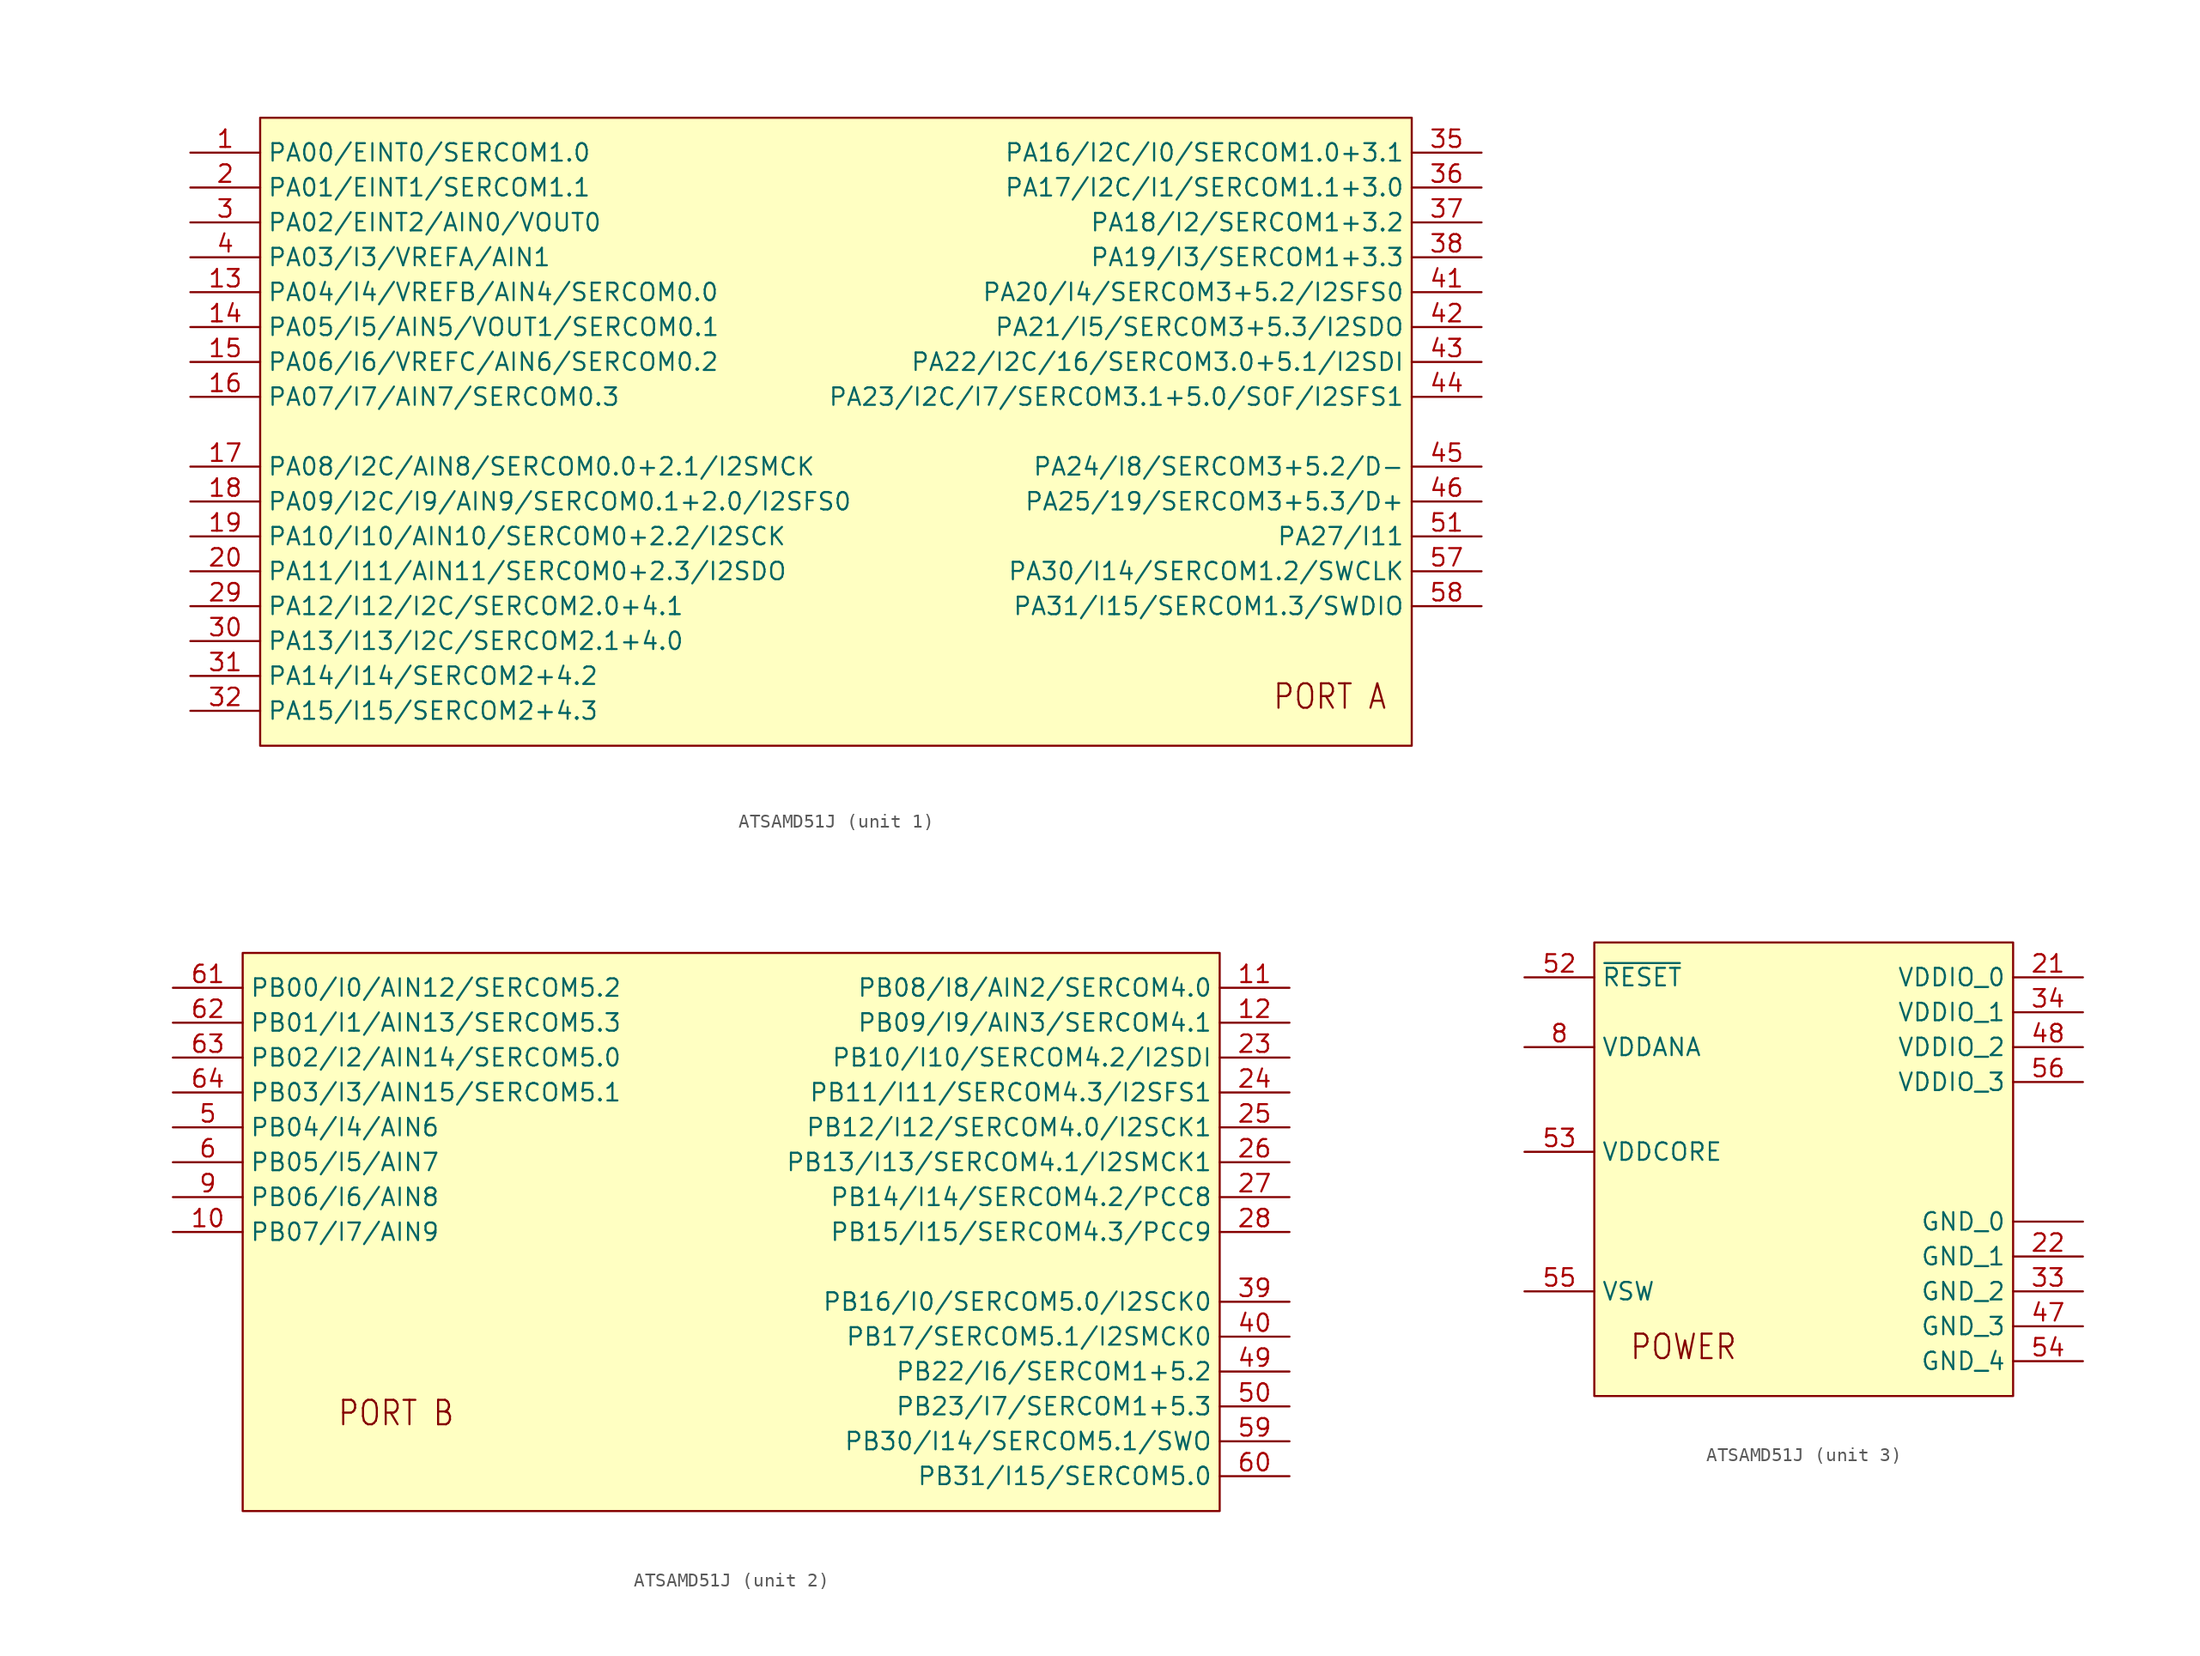
<source format=kicad_sym>
(kicad_symbol_lib
  (version 20231120)
  (generator "kicad_symbol_editor")
  (generator_version "8.0")
  (symbol "ATSAMD51J"
    (property "Reference" "U$1"
      (at -33.02 0 0)
      (effects (font (size 1.27 1.27)) (hide yes)))
    (property "ki_locked" ""
      (at 0 0 0)
      (effects (font (size 1.27 1.27))))
    (symbol "ATSAMD51J_1_0"
      (text "PORT A" (at 48.26 -22.86 0) (effects (font (size 1.778 1.511)) (justify left bottom)))
      (pin bidirectional line (at -30.48 17.78 0) (length 5.08) (name "PA00/EINT0/SERCOM1.0" (effects (font (size 1.27 1.27)))) (number "1" (effects (font (size 1.27 1.27)))))
      (pin bidirectional line (at -30.48 7.62 0) (length 5.08) (name "PA04/I4/VREFB/AIN4/SERCOM0.0" (effects (font (size 1.27 1.27)))) (number "13" (effects (font (size 1.27 1.27)))))
      (pin bidirectional line (at -30.48 5.08 0) (length 5.08) (name "PA05/I5/AIN5/VOUT1/SERCOM0.1" (effects (font (size 1.27 1.27)))) (number "14" (effects (font (size 1.27 1.27)))))
      (pin bidirectional line (at -30.48 2.54 0) (length 5.08) (name "PA06/I6/VREFC/AIN6/SERCOM0.2" (effects (font (size 1.27 1.27)))) (number "15" (effects (font (size 1.27 1.27)))))
      (pin bidirectional line (at -30.48 0 0) (length 5.08) (name "PA07/I7/AIN7/SERCOM0.3" (effects (font (size 1.27 1.27)))) (number "16" (effects (font (size 1.27 1.27)))))
      (pin bidirectional line (at -30.48 -5.08 0) (length 5.08) (name "PA08/I2C/AIN8/SERCOM0.0+2.1/I2SMCK" (effects (font (size 1.27 1.27)))) (number "17" (effects (font (size 1.27 1.27)))))
      (pin bidirectional line (at -30.48 -7.62 0) (length 5.08) (name "PA09/I2C/I9/AIN9/SERCOM0.1+2.0/I2SFS0" (effects (font (size 1.27 1.27)))) (number "18" (effects (font (size 1.27 1.27)))))
      (pin bidirectional line (at -30.48 -10.16 0) (length 5.08) (name "PA10/I10/AIN10/SERCOM0+2.2/I2SCK" (effects (font (size 1.27 1.27)))) (number "19" (effects (font (size 1.27 1.27)))))
      (pin bidirectional line (at -30.48 15.24 0) (length 5.08) (name "PA01/EINT1/SERCOM1.1" (effects (font (size 1.27 1.27)))) (number "2" (effects (font (size 1.27 1.27)))))
      (pin bidirectional line (at -30.48 -12.7 0) (length 5.08) (name "PA11/I11/AIN11/SERCOM0+2.3/I2SDO" (effects (font (size 1.27 1.27)))) (number "20" (effects (font (size 1.27 1.27)))))
      (pin bidirectional line (at -30.48 -15.24 0) (length 5.08) (name "PA12/I12/I2C/SERCOM2.0+4.1" (effects (font (size 1.27 1.27)))) (number "29" (effects (font (size 1.27 1.27)))))
      (pin bidirectional line (at -30.48 12.7 0) (length 5.08) (name "PA02/EINT2/AIN0/VOUT0" (effects (font (size 1.27 1.27)))) (number "3" (effects (font (size 1.27 1.27)))))
      (pin bidirectional line (at -30.48 -17.78 0) (length 5.08) (name "PA13/I13/I2C/SERCOM2.1+4.0" (effects (font (size 1.27 1.27)))) (number "30" (effects (font (size 1.27 1.27)))))
      (pin bidirectional line (at -30.48 -20.32 0) (length 5.08) (name "PA14/I14/SERCOM2+4.2" (effects (font (size 1.27 1.27)))) (number "31" (effects (font (size 1.27 1.27)))))
      (pin bidirectional line (at -30.48 -22.86 0) (length 5.08) (name "PA15/I15/SERCOM2+4.3" (effects (font (size 1.27 1.27)))) (number "32" (effects (font (size 1.27 1.27)))))
      (pin bidirectional line (at 63.5 17.78 180) (length 5.08) (name "PA16/I2C/I0/SERCOM1.0+3.1" (effects (font (size 1.27 1.27)))) (number "35" (effects (font (size 1.27 1.27)))))
      (pin bidirectional line (at 63.5 15.24 180) (length 5.08) (name "PA17/I2C/I1/SERCOM1.1+3.0" (effects (font (size 1.27 1.27)))) (number "36" (effects (font (size 1.27 1.27)))))
      (pin bidirectional line (at 63.5 12.7 180) (length 5.08) (name "PA18/I2/SERCOM1+3.2" (effects (font (size 1.27 1.27)))) (number "37" (effects (font (size 1.27 1.27)))))
      (pin bidirectional line (at 63.5 10.16 180) (length 5.08) (name "PA19/I3/SERCOM1+3.3" (effects (font (size 1.27 1.27)))) (number "38" (effects (font (size 1.27 1.27)))))
      (pin bidirectional line (at -30.48 10.16 0) (length 5.08) (name "PA03/I3/VREFA/AIN1" (effects (font (size 1.27 1.27)))) (number "4" (effects (font (size 1.27 1.27)))))
      (pin bidirectional line (at 63.5 7.62 180) (length 5.08) (name "PA20/I4/SERCOM3+5.2/I2SFS0" (effects (font (size 1.27 1.27)))) (number "41" (effects (font (size 1.27 1.27)))))
      (pin bidirectional line (at 63.5 5.08 180) (length 5.08) (name "PA21/I5/SERCOM3+5.3/I2SDO" (effects (font (size 1.27 1.27)))) (number "42" (effects (font (size 1.27 1.27)))))
      (pin bidirectional line (at 63.5 2.54 180) (length 5.08) (name "PA22/I2C/16/SERCOM3.0+5.1/I2SDI" (effects (font (size 1.27 1.27)))) (number "43" (effects (font (size 1.27 1.27)))))
      (pin bidirectional line (at 63.5 0 180) (length 5.08) (name "PA23/I2C/I7/SERCOM3.1+5.0/SOF/I2SFS1" (effects (font (size 1.27 1.27)))) (number "44" (effects (font (size 1.27 1.27)))))
      (pin bidirectional line (at 63.5 -5.08 180) (length 5.08) (name "PA24/I8/SERCOM3+5.2/D-" (effects (font (size 1.27 1.27)))) (number "45" (effects (font (size 1.27 1.27)))))
      (pin bidirectional line (at 63.5 -7.62 180) (length 5.08) (name "PA25/19/SERCOM3+5.3/D+" (effects (font (size 1.27 1.27)))) (number "46" (effects (font (size 1.27 1.27)))))
      (pin bidirectional line (at 63.5 -10.16 180) (length 5.08) (name "PA27/I11" (effects (font (size 1.27 1.27)))) (number "51" (effects (font (size 1.27 1.27)))))
      (pin bidirectional line (at 63.5 -12.7 180) (length 5.08) (name "PA30/I14/SERCOM1.2/SWCLK" (effects (font (size 1.27 1.27)))) (number "57" (effects (font (size 1.27 1.27)))))
      (pin bidirectional line (at 63.5 -15.24 180) (length 5.08) (name "PA31/I15/SERCOM1.3/SWDIO" (effects (font (size 1.27 1.27)))) (number "58" (effects (font (size 1.27 1.27))))))
    (symbol "ATSAMD51J_1_1"
      (rectangle (start -25.4 20.32) (end 58.42 -25.4) (stroke (width 0) (type default)) (fill (type background))))
    (symbol "ATSAMD51J_2_0"
      (text "PORT B" (at -31.242 -19.304 0) (effects (font (size 1.778 1.511)) (justify left bottom)))
      (pin bidirectional line (at -43.18 -5.08 0) (length 5.08) (name "PB07/I7/AIN9" (effects (font (size 1.27 1.27)))) (number "10" (effects (font (size 1.27 1.27)))))
      (pin bidirectional line (at 38.1 12.7 180) (length 5.08) (name "PB08/I8/AIN2/SERCOM4.0" (effects (font (size 1.27 1.27)))) (number "11" (effects (font (size 1.27 1.27)))))
      (pin bidirectional line (at 38.1 10.16 180) (length 5.08) (name "PB09/I9/AIN3/SERCOM4.1" (effects (font (size 1.27 1.27)))) (number "12" (effects (font (size 1.27 1.27)))))
      (pin bidirectional line (at 38.1 7.62 180) (length 5.08) (name "PB10/I10/SERCOM4.2/I2SDI" (effects (font (size 1.27 1.27)))) (number "23" (effects (font (size 1.27 1.27)))))
      (pin bidirectional line (at 38.1 5.08 180) (length 5.08) (name "PB11/I11/SERCOM4.3/I2SFS1" (effects (font (size 1.27 1.27)))) (number "24" (effects (font (size 1.27 1.27)))))
      (pin bidirectional line (at 38.1 2.54 180) (length 5.08) (name "PB12/I12/SERCOM4.0/I2SCK1" (effects (font (size 1.27 1.27)))) (number "25" (effects (font (size 1.27 1.27)))))
      (pin bidirectional line (at 38.1 0 180) (length 5.08) (name "PB13/I13/SERCOM4.1/I2SMCK1" (effects (font (size 1.27 1.27)))) (number "26" (effects (font (size 1.27 1.27)))))
      (pin bidirectional line (at 38.1 -2.54 180) (length 5.08) (name "PB14/I14/SERCOM4.2/PCC8" (effects (font (size 1.27 1.27)))) (number "27" (effects (font (size 1.27 1.27)))))
      (pin bidirectional line (at 38.1 -5.08 180) (length 5.08) (name "PB15/I15/SERCOM4.3/PCC9" (effects (font (size 1.27 1.27)))) (number "28" (effects (font (size 1.27 1.27)))))
      (pin bidirectional line (at 38.1 -10.16 180) (length 5.08) (name "PB16/I0/SERCOM5.0/I2SCK0" (effects (font (size 1.27 1.27)))) (number "39" (effects (font (size 1.27 1.27)))))
      (pin bidirectional line (at 38.1 -12.7 180) (length 5.08) (name "PB17/SERCOM5.1/I2SMCK0" (effects (font (size 1.27 1.27)))) (number "40" (effects (font (size 1.27 1.27)))))
      (pin bidirectional line (at 38.1 -15.24 180) (length 5.08) (name "PB22/I6/SERCOM1+5.2" (effects (font (size 1.27 1.27)))) (number "49" (effects (font (size 1.27 1.27)))))
      (pin bidirectional line (at -43.18 2.54 0) (length 5.08) (name "PB04/I4/AIN6" (effects (font (size 1.27 1.27)))) (number "5" (effects (font (size 1.27 1.27)))))
      (pin bidirectional line (at 38.1 -17.78 180) (length 5.08) (name "PB23/I7/SERCOM1+5.3" (effects (font (size 1.27 1.27)))) (number "50" (effects (font (size 1.27 1.27)))))
      (pin bidirectional line (at 38.1 -20.32 180) (length 5.08) (name "PB30/I14/SERCOM5.1/SWO" (effects (font (size 1.27 1.27)))) (number "59" (effects (font (size 1.27 1.27)))))
      (pin bidirectional line (at -43.18 0 0) (length 5.08) (name "PB05/I5/AIN7" (effects (font (size 1.27 1.27)))) (number "6" (effects (font (size 1.27 1.27)))))
      (pin bidirectional line (at 38.1 -22.86 180) (length 5.08) (name "PB31/I15/SERCOM5.0" (effects (font (size 1.27 1.27)))) (number "60" (effects (font (size 1.27 1.27)))))
      (pin bidirectional line (at -43.18 12.7 0) (length 5.08) (name "PB00/I0/AIN12/SERCOM5.2" (effects (font (size 1.27 1.27)))) (number "61" (effects (font (size 1.27 1.27)))))
      (pin bidirectional line (at -43.18 10.16 0) (length 5.08) (name "PB01/I1/AIN13/SERCOM5.3" (effects (font (size 1.27 1.27)))) (number "62" (effects (font (size 1.27 1.27)))))
      (pin bidirectional line (at -43.18 7.62 0) (length 5.08) (name "PB02/I2/AIN14/SERCOM5.0" (effects (font (size 1.27 1.27)))) (number "63" (effects (font (size 1.27 1.27)))))
      (pin bidirectional line (at -43.18 5.08 0) (length 5.08) (name "PB03/I3/AIN15/SERCOM5.1" (effects (font (size 1.27 1.27)))) (number "64" (effects (font (size 1.27 1.27)))))
      (pin bidirectional line (at -43.18 -2.54 0) (length 5.08) (name "PB06/I6/AIN8" (effects (font (size 1.27 1.27)))) (number "9" (effects (font (size 1.27 1.27))))))
    (symbol "ATSAMD51J_2_1"
      (rectangle (start -38.1 15.24) (end 33.02 -25.4) (stroke (width 0) (type default)) (fill (type background))))
    (symbol "ATSAMD51J_3_0"
      (text "POWER" (at -12.7 -12.7 0) (effects (font (size 1.778 1.511)) (justify left bottom)))
      (pin bidirectional line (at 20.32 15.24 180) (length 5.08) (name "VDDIO_0" (effects (font (size 1.27 1.27)))) (number "21" (effects (font (size 1.27 1.27)))))
      (pin bidirectional line (at 20.32 -5.08 180) (length 5.08) (name "GND_1" (effects (font (size 1.27 1.27)))) (number "22" (effects (font (size 1.27 1.27)))))
      (pin bidirectional line (at 20.32 -7.62 180) (length 5.08) (name "GND_2" (effects (font (size 1.27 1.27)))) (number "33" (effects (font (size 1.27 1.27)))))
      (pin bidirectional line (at 20.32 12.7 180) (length 5.08) (name "VDDIO_1" (effects (font (size 1.27 1.27)))) (number "34" (effects (font (size 1.27 1.27)))))
      (pin bidirectional line (at 20.32 -10.16 180) (length 5.08) (name "GND_3" (effects (font (size 1.27 1.27)))) (number "47" (effects (font (size 1.27 1.27)))))
      (pin bidirectional line (at 20.32 10.16 180) (length 5.08) (name "VDDIO_2" (effects (font (size 1.27 1.27)))) (number "48" (effects (font (size 1.27 1.27)))))
      (pin bidirectional line (at -20.32 15.24 0) (length 5.08) (name "~{RESET}" (effects (font (size 1.27 1.27)))) (number "52" (effects (font (size 1.27 1.27)))))
      (pin bidirectional line (at -20.32 2.54 0) (length 5.08) (name "VDDCORE" (effects (font (size 1.27 1.27)))) (number "53" (effects (font (size 1.27 1.27)))))
      (pin bidirectional line (at 20.32 -12.7 180) (length 5.08) (name "GND_4" (effects (font (size 1.27 1.27)))) (number "54" (effects (font (size 1.27 1.27)))))
      (pin bidirectional line (at -20.32 -7.62 0) (length 5.08) (name "VSW" (effects (font (size 1.27 1.27)))) (number "55" (effects (font (size 1.27 1.27)))))
      (pin bidirectional line (at 20.32 7.62 180) (length 5.08) (name "VDDIO_3" (effects (font (size 1.27 1.27)))) (number "56" (effects (font (size 1.27 1.27)))))
      (pin bidirectional line (at 20.32 -2.54 180) (length 5.08) (name "GND_0" (effects (font (size 1.27 1.27)))) (number "7" (effects (font (size 0 0)))))
      (pin bidirectional line (at -20.32 10.16 0) (length 5.08) (name "VDDANA" (effects (font (size 1.27 1.27)))) (number "8" (effects (font (size 1.27 1.27))))))
    (symbol "ATSAMD51J_3_1"
      (rectangle (start -15.24 17.78) (end 15.24 -15.24) (stroke (width 0) (type default)) (fill (type background))))))
</source>
